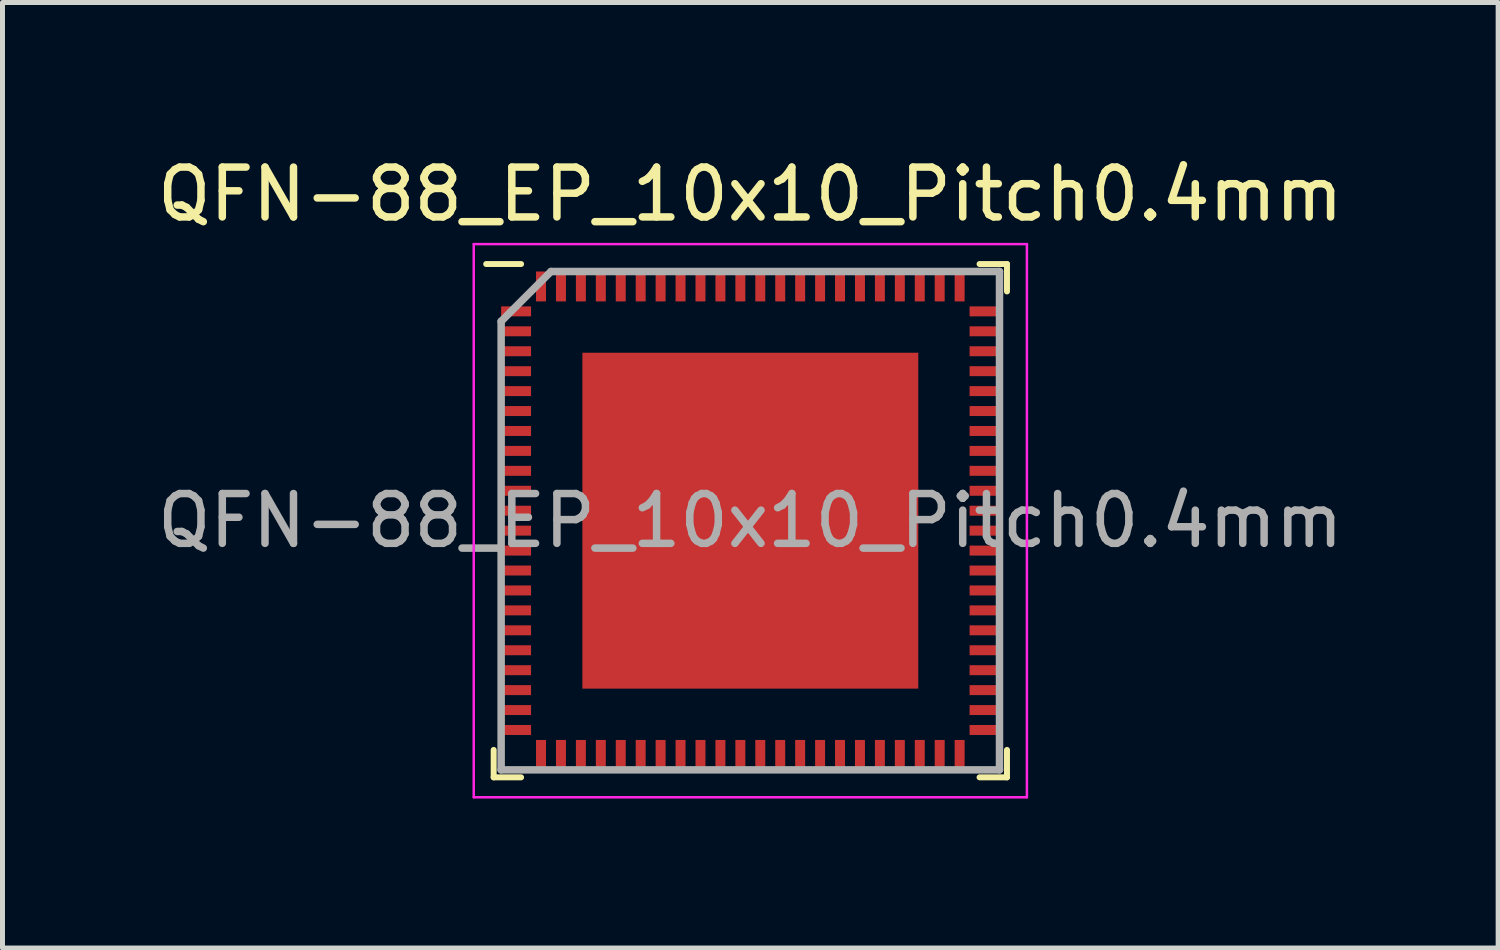
<source format=kicad_pcb>
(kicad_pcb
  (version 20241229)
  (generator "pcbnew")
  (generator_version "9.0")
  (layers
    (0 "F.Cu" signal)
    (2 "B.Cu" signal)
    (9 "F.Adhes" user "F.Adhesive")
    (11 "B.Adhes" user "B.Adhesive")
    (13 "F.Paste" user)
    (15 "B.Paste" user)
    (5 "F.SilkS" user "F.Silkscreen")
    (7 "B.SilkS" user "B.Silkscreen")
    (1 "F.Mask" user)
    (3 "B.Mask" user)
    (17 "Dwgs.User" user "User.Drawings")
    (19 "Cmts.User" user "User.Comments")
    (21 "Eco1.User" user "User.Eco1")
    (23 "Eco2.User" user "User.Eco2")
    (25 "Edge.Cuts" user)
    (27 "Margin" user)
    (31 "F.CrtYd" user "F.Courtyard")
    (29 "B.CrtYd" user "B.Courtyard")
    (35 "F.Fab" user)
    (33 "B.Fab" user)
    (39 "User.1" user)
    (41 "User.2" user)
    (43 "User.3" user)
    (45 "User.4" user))
  (footprint "QFN-88_EP_10x10_Pitch0.4mm"
    (layer "F.Cu")
    (at 12.006 7.398)
    (property "Reference" "QFN-88_EP_10x10_Pitch0.4mm" (at 0 -6.55 0) (layer "F.SilkS") (effects (font (size 1 1) (thickness 0.15))))
    (attr smd)
    (fp_line (start -5.15 5.15) (end -5.15 4.6) (stroke (width 0.12) (type default)) (layer "F.SilkS"))
    (fp_line (start -4.6 -5.15) (end -5.3 -5.15) (stroke (width 0.12) (type default)) (layer "F.SilkS"))
    (fp_line (start -4.6 5.15) (end -5.15 5.15) (stroke (width 0.12) (type default)) (layer "F.SilkS"))
    (fp_line (start 4.6 -5.15) (end 5.15 -5.15) (stroke (width 0.12) (type default)) (layer "F.SilkS"))
    (fp_line (start 4.6 5.15) (end 5.15 5.15) (stroke (width 0.12) (type default)) (layer "F.SilkS"))
    (fp_line (start 5.15 -5.15) (end 5.15 -4.6) (stroke (width 0.12) (type default)) (layer "F.SilkS"))
    (fp_line (start 5.15 5.15) (end 5.15 4.6) (stroke (width 0.12) (type default)) (layer "F.SilkS"))
    (fp_line (start -5.55 -5.55) (end 5.55 -5.55) (stroke (width 0.05) (type default)) (layer "F.CrtYd"))
    (fp_line (start -5.55 5.55) (end -5.55 -5.55) (stroke (width 0.05) (type default)) (layer "F.CrtYd"))
    (fp_line (start 5.55 -5.55) (end 5.55 5.55) (stroke (width 0.05) (type default)) (layer "F.CrtYd"))
    (fp_line (start 5.55 5.55) (end -5.55 5.55) (stroke (width 0.05) (type default)) (layer "F.CrtYd"))
    (fp_line (start -5 -4) (end -5 5) (stroke (width 0.15) (type default)) (layer "F.Fab"))
    (fp_line (start -5 5) (end 5 5) (stroke (width 0.15) (type default)) (layer "F.Fab"))
    (fp_line (start -4 -5) (end -5 -4) (stroke (width 0.15) (type default)) (layer "F.Fab"))
    (fp_line (start 5 -5) (end -4 -5) (stroke (width 0.15) (type default)) (layer "F.Fab"))
    (fp_line (start 5 5) (end 5 -5) (stroke (width 0.15) (type default)) (layer "F.Fab"))
    (fp_text user "${REFERENCE}" (at 0 0 0) (layer "F.Fab") (effects (font (size 1 1) (thickness 0.15))))
    (pad "" smd rect (at -2.527 -2.527) (size 0.935 0.935) (layers "F.Paste"))
    (pad "" smd rect (at -2.527 -0.843) (size 0.935 0.935) (layers "F.Paste"))
    (pad "" smd rect (at -2.527 0.843) (size 0.935 0.935) (layers "F.Paste"))
    (pad "" smd rect (at -2.527 2.527) (size 0.935 0.935) (layers "F.Paste"))
    (pad "" smd rect (at -0.843 -2.527) (size 0.935 0.935) (layers "F.Paste"))
    (pad "" smd rect (at -0.843 -0.843) (size 0.935 0.935) (layers "F.Paste"))
    (pad "" smd rect (at -0.843 0.843) (size 0.935 0.935) (layers "F.Paste"))
    (pad "" smd rect (at -0.843 2.527) (size 0.935 0.935) (layers "F.Paste"))
    (pad "" smd rect (at 0.843 -2.527) (size 0.935 0.935) (layers "F.Paste"))
    (pad "" smd rect (at 0.843 -0.843) (size 0.935 0.935) (layers "F.Paste"))
    (pad "" smd rect (at 0.843 0.843) (size 0.935 0.935) (layers "F.Paste"))
    (pad "" smd rect (at 0.843 2.527) (size 0.935 0.935) (layers "F.Paste"))
    (pad "" smd rect (at 2.527 -2.527) (size 0.935 0.935) (layers "F.Paste"))
    (pad "" smd rect (at 2.527 -0.843) (size 0.935 0.935) (layers "F.Paste"))
    (pad "" smd rect (at 2.527 0.843) (size 0.935 0.935) (layers "F.Paste"))
    (pad "" smd rect (at 2.527 2.527) (size 0.935 0.935) (layers "F.Paste"))
    (pad "1" smd rect (at -4.7 -4.2 90) (size 0.2 0.6) (layers "F.Cu" "F.Mask" "F.Paste"))
    (pad "2" smd rect (at -4.7 -3.8 90) (size 0.2 0.6) (layers "F.Cu" "F.Mask" "F.Paste"))
    (pad "3" smd rect (at -4.7 -3.4 90) (size 0.2 0.6) (layers "F.Cu" "F.Mask" "F.Paste"))
    (pad "4" smd rect (at -4.7 -3 90) (size 0.2 0.6) (layers "F.Cu" "F.Mask" "F.Paste"))
    (pad "5" smd rect (at -4.7 -2.6 90) (size 0.2 0.6) (layers "F.Cu" "F.Mask" "F.Paste"))
    (pad "6" smd rect (at -4.7 -2.2 90) (size 0.2 0.6) (layers "F.Cu" "F.Mask" "F.Paste"))
    (pad "7" smd rect (at -4.7 -1.8 90) (size 0.2 0.6) (layers "F.Cu" "F.Mask" "F.Paste"))
    (pad "8" smd rect (at -4.7 -1.4 90) (size 0.2 0.6) (layers "F.Cu" "F.Mask" "F.Paste"))
    (pad "9" smd rect (at -4.7 -1 90) (size 0.2 0.6) (layers "F.Cu" "F.Mask" "F.Paste"))
    (pad "10" smd rect (at -4.7 -0.6 90) (size 0.2 0.6) (layers "F.Cu" "F.Mask" "F.Paste"))
    (pad "11" smd rect (at -4.7 -0.2 90) (size 0.2 0.6) (layers "F.Cu" "F.Mask" "F.Paste"))
    (pad "12" smd rect (at -4.7 0.2 90) (size 0.2 0.6) (layers "F.Cu" "F.Mask" "F.Paste"))
    (pad "13" smd rect (at -4.7 0.6 90) (size 0.2 0.6) (layers "F.Cu" "F.Mask" "F.Paste"))
    (pad "14" smd rect (at -4.7 1 90) (size 0.2 0.6) (layers "F.Cu" "F.Mask" "F.Paste"))
    (pad "15" smd rect (at -4.7 1.4 90) (size 0.2 0.6) (layers "F.Cu" "F.Mask" "F.Paste"))
    (pad "16" smd rect (at -4.7 1.8 90) (size 0.2 0.6) (layers "F.Cu" "F.Mask" "F.Paste"))
    (pad "17" smd rect (at -4.7 2.2 90) (size 0.2 0.6) (layers "F.Cu" "F.Mask" "F.Paste"))
    (pad "18" smd rect (at -4.7 2.6 90) (size 0.2 0.6) (layers "F.Cu" "F.Mask" "F.Paste"))
    (pad "19" smd rect (at -4.7 3 90) (size 0.2 0.6) (layers "F.Cu" "F.Mask" "F.Paste"))
    (pad "20" smd rect (at -4.7 3.4 90) (size 0.2 0.6) (layers "F.Cu" "F.Mask" "F.Paste"))
    (pad "21" smd rect (at -4.7 3.8 90) (size 0.2 0.6) (layers "F.Cu" "F.Mask" "F.Paste"))
    (pad "22" smd rect (at -4.7 4.2 90) (size 0.2 0.6) (layers "F.Cu" "F.Mask" "F.Paste"))
    (pad "23" smd rect (at -4.2 4.7) (size 0.2 0.6) (layers "F.Cu" "F.Mask" "F.Paste"))
    (pad "24" smd rect (at -3.8 4.7) (size 0.2 0.6) (layers "F.Cu" "F.Mask" "F.Paste"))
    (pad "25" smd rect (at -3.4 4.7) (size 0.2 0.6) (layers "F.Cu" "F.Mask" "F.Paste"))
    (pad "26" smd rect (at -3 4.7) (size 0.2 0.6) (layers "F.Cu" "F.Mask" "F.Paste"))
    (pad "27" smd rect (at -2.6 4.7) (size 0.2 0.6) (layers "F.Cu" "F.Mask" "F.Paste"))
    (pad "28" smd rect (at -2.2 4.7) (size 0.2 0.6) (layers "F.Cu" "F.Mask" "F.Paste"))
    (pad "29" smd rect (at -1.8 4.7) (size 0.2 0.6) (layers "F.Cu" "F.Mask" "F.Paste"))
    (pad "30" smd rect (at -1.4 4.7) (size 0.2 0.6) (layers "F.Cu" "F.Mask" "F.Paste"))
    (pad "31" smd rect (at -1 4.7) (size 0.2 0.6) (layers "F.Cu" "F.Mask" "F.Paste"))
    (pad "32" smd rect (at -0.6 4.7) (size 0.2 0.6) (layers "F.Cu" "F.Mask" "F.Paste"))
    (pad "33" smd rect (at -0.2 4.7) (size 0.2 0.6) (layers "F.Cu" "F.Mask" "F.Paste"))
    (pad "34" smd rect (at 0.2 4.7) (size 0.2 0.6) (layers "F.Cu" "F.Mask" "F.Paste"))
    (pad "35" smd rect (at 0.6 4.7) (size 0.2 0.6) (layers "F.Cu" "F.Mask" "F.Paste"))
    (pad "36" smd rect (at 1 4.7) (size 0.2 0.6) (layers "F.Cu" "F.Mask" "F.Paste"))
    (pad "37" smd rect (at 1.4 4.7) (size 0.2 0.6) (layers "F.Cu" "F.Mask" "F.Paste"))
    (pad "38" smd rect (at 1.8 4.7) (size 0.2 0.6) (layers "F.Cu" "F.Mask" "F.Paste"))
    (pad "39" smd rect (at 2.2 4.7) (size 0.2 0.6) (layers "F.Cu" "F.Mask" "F.Paste"))
    (pad "40" smd rect (at 2.6 4.7) (size 0.2 0.6) (layers "F.Cu" "F.Mask" "F.Paste"))
    (pad "41" smd rect (at 3 4.7) (size 0.2 0.6) (layers "F.Cu" "F.Mask" "F.Paste"))
    (pad "42" smd rect (at 3.4 4.7) (size 0.2 0.6) (layers "F.Cu" "F.Mask" "F.Paste"))
    (pad "43" smd rect (at 3.8 4.7) (size 0.2 0.6) (layers "F.Cu" "F.Mask" "F.Paste"))
    (pad "44" smd rect (at 4.2 4.7) (size 0.2 0.6) (layers "F.Cu" "F.Mask" "F.Paste"))
    (pad "45" smd rect (at 4.7 4.2 90) (size 0.2 0.6) (layers "F.Cu" "F.Mask" "F.Paste"))
    (pad "46" smd rect (at 4.7 3.8 90) (size 0.2 0.6) (layers "F.Cu" "F.Mask" "F.Paste"))
    (pad "47" smd rect (at 4.7 3.4 90) (size 0.2 0.6) (layers "F.Cu" "F.Mask" "F.Paste"))
    (pad "48" smd rect (at 4.7 3 90) (size 0.2 0.6) (layers "F.Cu" "F.Mask" "F.Paste"))
    (pad "49" smd rect (at 4.7 2.6 90) (size 0.2 0.6) (layers "F.Cu" "F.Mask" "F.Paste"))
    (pad "50" smd rect (at 4.7 2.2 90) (size 0.2 0.6) (layers "F.Cu" "F.Mask" "F.Paste"))
    (pad "51" smd rect (at 4.7 1.8 90) (size 0.2 0.6) (layers "F.Cu" "F.Mask" "F.Paste"))
    (pad "52" smd rect (at 4.7 1.4 90) (size 0.2 0.6) (layers "F.Cu" "F.Mask" "F.Paste"))
    (pad "53" smd rect (at 4.7 1 90) (size 0.2 0.6) (layers "F.Cu" "F.Mask" "F.Paste"))
    (pad "54" smd rect (at 4.7 0.6 90) (size 0.2 0.6) (layers "F.Cu" "F.Mask" "F.Paste"))
    (pad "55" smd rect (at 4.7 0.2 90) (size 0.2 0.6) (layers "F.Cu" "F.Mask" "F.Paste"))
    (pad "56" smd rect (at 4.7 -0.2 90) (size 0.2 0.6) (layers "F.Cu" "F.Mask" "F.Paste"))
    (pad "57" smd rect (at 4.7 -0.6 90) (size 0.2 0.6) (layers "F.Cu" "F.Mask" "F.Paste"))
    (pad "58" smd rect (at 4.7 -1 90) (size 0.2 0.6) (layers "F.Cu" "F.Mask" "F.Paste"))
    (pad "59" smd rect (at 4.7 -1.4 90) (size 0.2 0.6) (layers "F.Cu" "F.Mask" "F.Paste"))
    (pad "60" smd rect (at 4.7 -1.8 90) (size 0.2 0.6) (layers "F.Cu" "F.Mask" "F.Paste"))
    (pad "61" smd rect (at 4.7 -2.2 90) (size 0.2 0.6) (layers "F.Cu" "F.Mask" "F.Paste"))
    (pad "62" smd rect (at 4.7 -2.6 90) (size 0.2 0.6) (layers "F.Cu" "F.Mask" "F.Paste"))
    (pad "63" smd rect (at 4.7 -3 90) (size 0.2 0.6) (layers "F.Cu" "F.Mask" "F.Paste"))
    (pad "64" smd rect (at 4.7 -3.4 90) (size 0.2 0.6) (layers "F.Cu" "F.Mask" "F.Paste"))
    (pad "65" smd rect (at 4.7 -3.8 90) (size 0.2 0.6) (layers "F.Cu" "F.Mask" "F.Paste"))
    (pad "66" smd rect (at 4.7 -4.2 90) (size 0.2 0.6) (layers "F.Cu" "F.Mask" "F.Paste"))
    (pad "67" smd rect (at 4.2 -4.7) (size 0.2 0.6) (layers "F.Cu" "F.Mask" "F.Paste"))
    (pad "68" smd rect (at 3.8 -4.7) (size 0.2 0.6) (layers "F.Cu" "F.Mask" "F.Paste"))
    (pad "69" smd rect (at 3.4 -4.7) (size 0.2 0.6) (layers "F.Cu" "F.Mask" "F.Paste"))
    (pad "70" smd rect (at 3 -4.7) (size 0.2 0.6) (layers "F.Cu" "F.Mask" "F.Paste"))
    (pad "71" smd rect (at 2.6 -4.7) (size 0.2 0.6) (layers "F.Cu" "F.Mask" "F.Paste"))
    (pad "72" smd rect (at 2.2 -4.7) (size 0.2 0.6) (layers "F.Cu" "F.Mask" "F.Paste"))
    (pad "73" smd rect (at 1.8 -4.7) (size 0.2 0.6) (layers "F.Cu" "F.Mask" "F.Paste"))
    (pad "74" smd rect (at 1.4 -4.7) (size 0.2 0.6) (layers "F.Cu" "F.Mask" "F.Paste"))
    (pad "75" smd rect (at 1 -4.7) (size 0.2 0.6) (layers "F.Cu" "F.Mask" "F.Paste"))
    (pad "76" smd rect (at 0.6 -4.7) (size 0.2 0.6) (layers "F.Cu" "F.Mask" "F.Paste"))
    (pad "77" smd rect (at 0.2 -4.7) (size 0.2 0.6) (layers "F.Cu" "F.Mask" "F.Paste"))
    (pad "78" smd rect (at -0.2 -4.7) (size 0.2 0.6) (layers "F.Cu" "F.Mask" "F.Paste"))
    (pad "79" smd rect (at -0.6 -4.7) (size 0.2 0.6) (layers "F.Cu" "F.Mask" "F.Paste"))
    (pad "80" smd rect (at -1 -4.7) (size 0.2 0.6) (layers "F.Cu" "F.Mask" "F.Paste"))
    (pad "81" smd rect (at -1.4 -4.7) (size 0.2 0.6) (layers "F.Cu" "F.Mask" "F.Paste"))
    (pad "82" smd rect (at -1.8 -4.7) (size 0.2 0.6) (layers "F.Cu" "F.Mask" "F.Paste"))
    (pad "83" smd rect (at -2.2 -4.7) (size 0.2 0.6) (layers "F.Cu" "F.Mask" "F.Paste"))
    (pad "84" smd rect (at -2.6 -4.7) (size 0.2 0.6) (layers "F.Cu" "F.Mask" "F.Paste"))
    (pad "85" smd rect (at -3 -4.7) (size 0.2 0.6) (layers "F.Cu" "F.Mask" "F.Paste"))
    (pad "86" smd rect (at -3.4 -4.7) (size 0.2 0.6) (layers "F.Cu" "F.Mask" "F.Paste"))
    (pad "87" smd rect (at -3.8 -4.7) (size 0.2 0.6) (layers "F.Cu" "F.Mask" "F.Paste"))
    (pad "88" smd rect (at -4.2 -4.7) (size 0.2 0.6) (layers "F.Cu" "F.Mask" "F.Paste"))
    (pad "89" smd rect (at 0 0) (size 6.74 6.74) (layers "F.Cu" "F.Mask")))
  (gr_rect
    (start -3 -3)
    (end 27.012 15.973)
    (stroke (width 0.1) (type default))
    (fill no)
    (layer "Edge.Cuts")))
</source>
